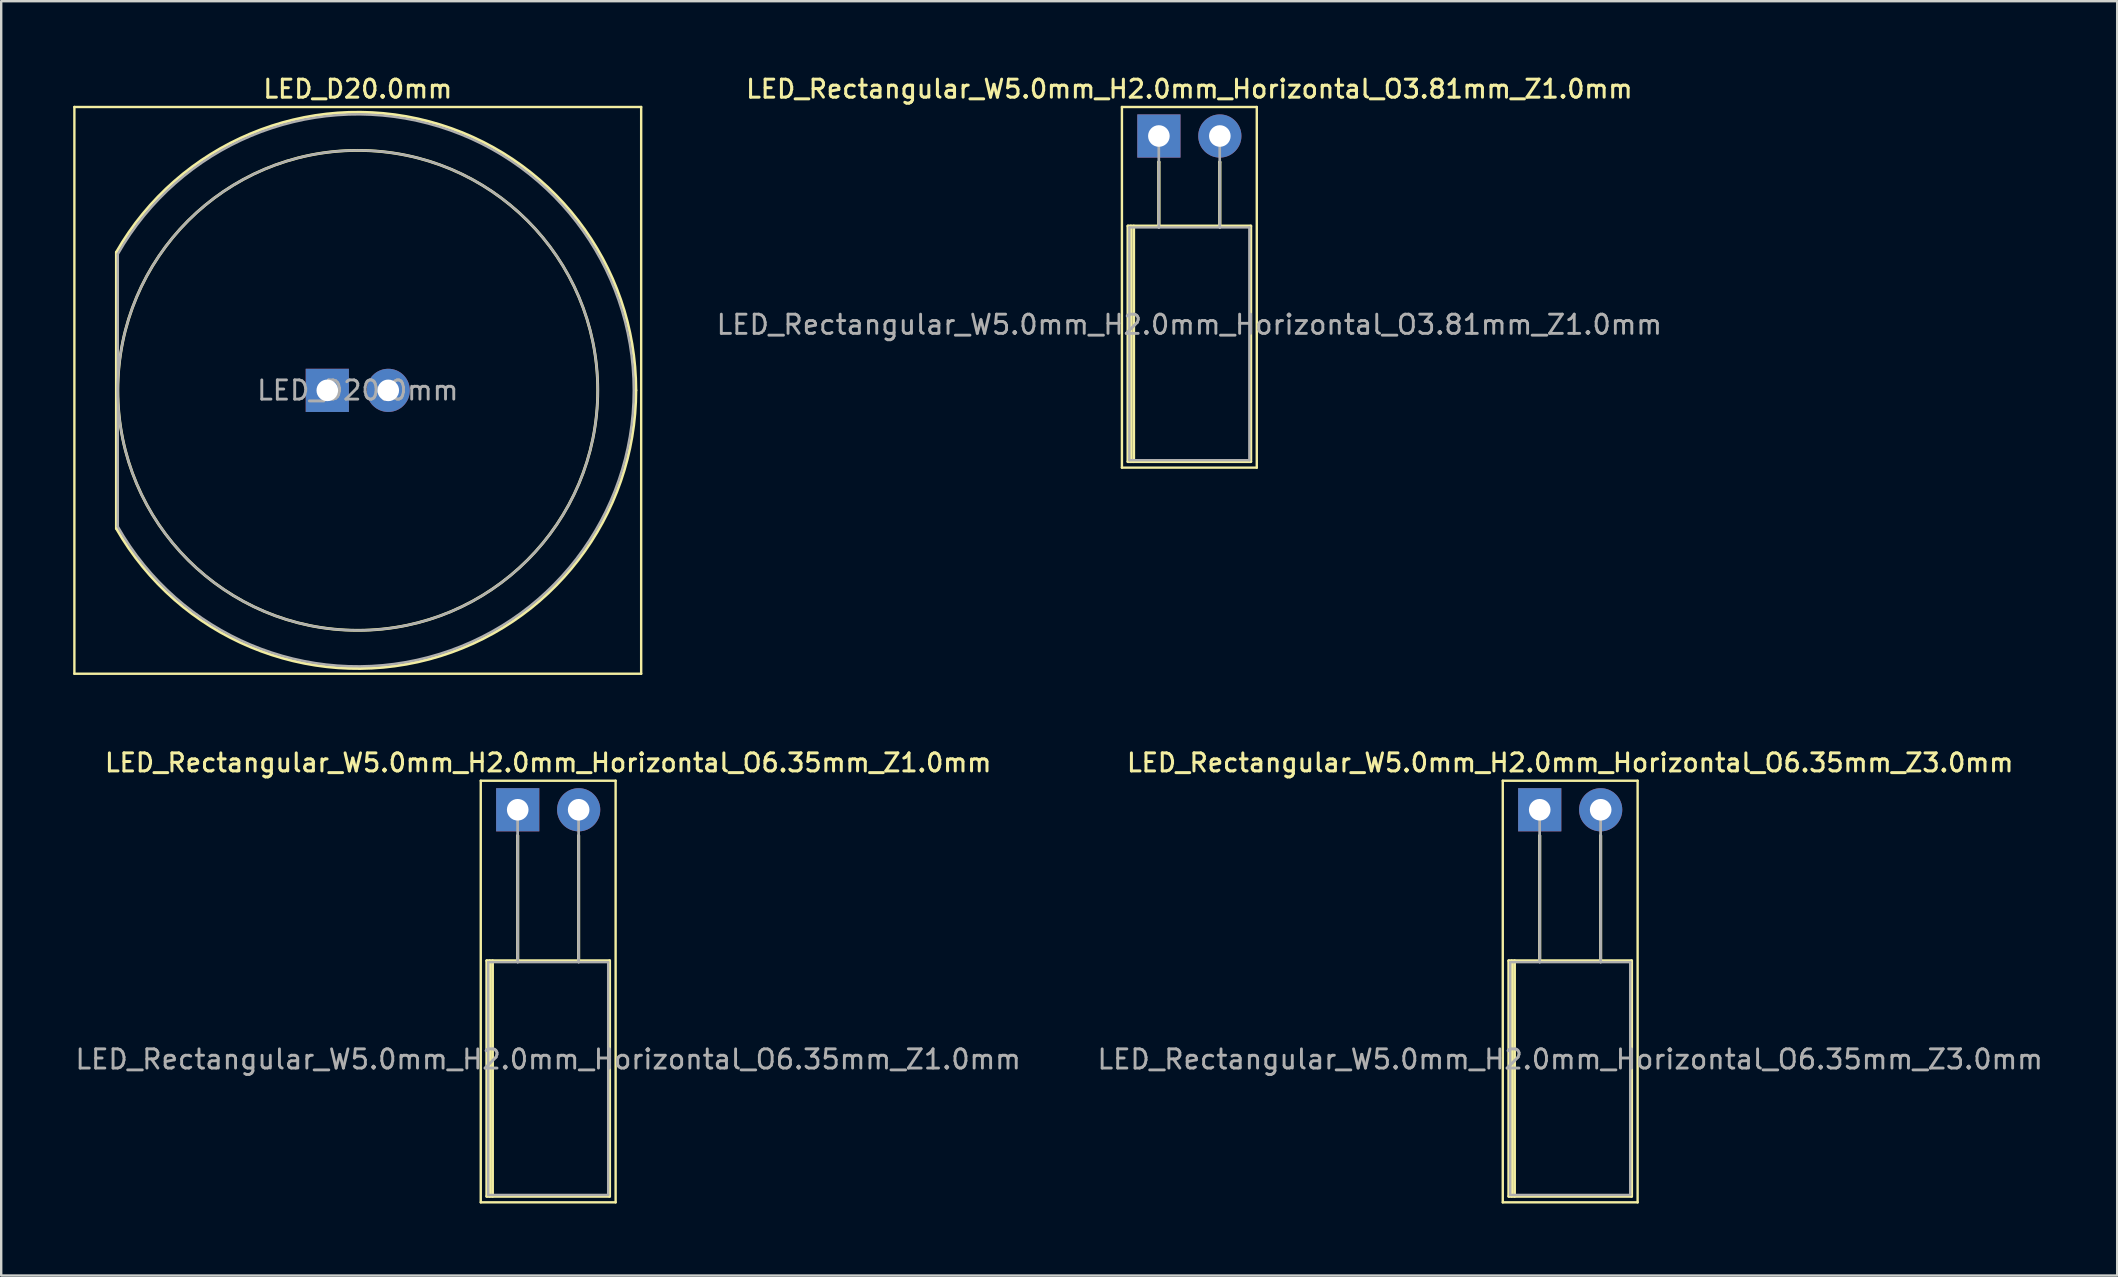
<source format=kicad_pcb>
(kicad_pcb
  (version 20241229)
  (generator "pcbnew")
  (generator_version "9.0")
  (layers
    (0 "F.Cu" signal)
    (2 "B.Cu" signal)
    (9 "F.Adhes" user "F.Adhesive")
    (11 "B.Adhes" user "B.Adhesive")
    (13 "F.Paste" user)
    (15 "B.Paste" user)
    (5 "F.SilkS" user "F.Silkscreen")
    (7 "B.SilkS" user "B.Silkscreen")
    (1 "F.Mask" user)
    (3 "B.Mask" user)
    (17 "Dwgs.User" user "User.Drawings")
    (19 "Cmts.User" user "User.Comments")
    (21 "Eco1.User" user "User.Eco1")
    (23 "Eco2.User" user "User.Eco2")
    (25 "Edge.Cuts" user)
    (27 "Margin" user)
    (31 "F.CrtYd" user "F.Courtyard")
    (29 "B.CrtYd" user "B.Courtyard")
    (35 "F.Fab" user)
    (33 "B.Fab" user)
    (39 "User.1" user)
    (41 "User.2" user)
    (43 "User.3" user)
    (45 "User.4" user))
  (footprint "LED_Rectangular_W5.0mm_H2.0mm_Horizontal_O6.35mm_Z3.0mm"
    (layer "F.Cu")
    (at 61.116 30.696)
    (property "Reference" "LED_Rectangular_W5.0mm_H2.0mm_Horizontal_O6.35mm_Z3.0mm" (at 1.27 -1.96 0) (layer "F.SilkS") (effects (font (size 0.75 0.75) (thickness 0.125))))
    (attr through_hole)
    (fp_line (start -1.54 -1.21) (end -1.54 16.36) (stroke (width 0.1) (type solid)) (layer "F.SilkS"))
    (fp_line (start -1.54 16.36) (end 4.08 16.36) (stroke (width 0.1) (type solid)) (layer "F.SilkS"))
    (fp_line (start -1.29 6.29) (end -1.29 16.11) (stroke (width 0.12) (type solid)) (layer "F.SilkS"))
    (fp_line (start -1.29 16.11) (end 3.83 16.11) (stroke (width 0.12) (type solid)) (layer "F.SilkS"))
    (fp_line (start -1.17 6.29) (end -1.17 16.11) (stroke (width 0.12) (type solid)) (layer "F.SilkS"))
    (fp_line (start -1.05 6.29) (end -1.05 16.11) (stroke (width 0.12) (type solid)) (layer "F.SilkS"))
    (fp_line (start 0 1.08) (end 0 1.08) (stroke (width 0.12) (type solid)) (layer "F.SilkS"))
    (fp_line (start 0 1.08) (end 0 6.29) (stroke (width 0.12) (type solid)) (layer "F.SilkS"))
    (fp_line (start 0 6.29) (end 0 1.08) (stroke (width 0.12) (type solid)) (layer "F.SilkS"))
    (fp_line (start 0 6.29) (end 0 6.29) (stroke (width 0.12) (type solid)) (layer "F.SilkS"))
    (fp_line (start 2.54 1.08) (end 2.54 1.08) (stroke (width 0.12) (type solid)) (layer "F.SilkS"))
    (fp_line (start 2.54 1.08) (end 2.54 6.29) (stroke (width 0.12) (type solid)) (layer "F.SilkS"))
    (fp_line (start 2.54 6.29) (end 2.54 1.08) (stroke (width 0.12) (type solid)) (layer "F.SilkS"))
    (fp_line (start 2.54 6.29) (end 2.54 6.29) (stroke (width 0.12) (type solid)) (layer "F.SilkS"))
    (fp_line (start 3.83 6.29) (end -1.29 6.29) (stroke (width 0.12) (type solid)) (layer "F.SilkS"))
    (fp_line (start 3.83 16.11) (end 3.83 6.29) (stroke (width 0.12) (type solid)) (layer "F.SilkS"))
    (fp_line (start 4.08 -1.21) (end -1.54 -1.21) (stroke (width 0.1) (type solid)) (layer "F.SilkS"))
    (fp_line (start 4.08 16.36) (end 4.08 -1.21) (stroke (width 0.1) (type solid)) (layer "F.SilkS"))
    (fp_line (start -1.23 6.35) (end -1.23 16.05) (stroke (width 0.1) (type solid)) (layer "F.Fab"))
    (fp_line (start -1.23 16.05) (end 3.77 16.05) (stroke (width 0.1) (type solid)) (layer "F.Fab"))
    (fp_line (start 0 0) (end 0 0) (stroke (width 0.1) (type solid)) (layer "F.Fab"))
    (fp_line (start 0 0) (end 0 6.35) (stroke (width 0.1) (type solid)) (layer "F.Fab"))
    (fp_line (start 0 6.35) (end 0 0) (stroke (width 0.1) (type solid)) (layer "F.Fab"))
    (fp_line (start 0 6.35) (end 0 6.35) (stroke (width 0.1) (type solid)) (layer "F.Fab"))
    (fp_line (start 2.54 0) (end 2.54 0) (stroke (width 0.1) (type solid)) (layer "F.Fab"))
    (fp_line (start 2.54 0) (end 2.54 6.35) (stroke (width 0.1) (type solid)) (layer "F.Fab"))
    (fp_line (start 2.54 6.35) (end 2.54 0) (stroke (width 0.1) (type solid)) (layer "F.Fab"))
    (fp_line (start 2.54 6.35) (end 2.54 6.35) (stroke (width 0.1) (type solid)) (layer "F.Fab"))
    (fp_line (start 3.77 6.35) (end -1.23 6.35) (stroke (width 0.1) (type solid)) (layer "F.Fab"))
    (fp_line (start 3.77 16.05) (end 3.77 6.35) (stroke (width 0.1) (type solid)) (layer "F.Fab"))
    (fp_text user "${REFERENCE}" (at 1.27 10.4 0) (layer "F.Fab") (effects (font (size 0.8 0.8) (thickness 0.12))))
    (pad "1" thru_hole rect (at 0 0) (size 1.8 1.8) (drill 0.9) (layers "*.Cu" "*.Mask"))
    (pad "2" thru_hole circle (at 2.54 0) (size 1.8 1.8) (drill 0.9) (layers "*.Cu" "*.Mask")))
  (footprint "LED_D20.0mm"
    (layer "F.Cu")
    (at 10.59 13.218)
    (property "Reference" "LED_D20.0mm" (at 1.27 -12.56 0) (layer "F.SilkS") (effects (font (size 0.75 0.75) (thickness 0.125))))
    (attr through_hole)
    (fp_line (start -10.54 -11.81) (end -10.54 11.81) (stroke (width 0.1) (type solid)) (layer "F.SilkS"))
    (fp_line (start -10.54 11.81) (end 13.08 11.81) (stroke (width 0.1) (type solid)) (layer "F.SilkS"))
    (fp_line (start -8.79 -5.756) (end -8.79 5.756) (stroke (width 0.12) (type solid)) (layer "F.SilkS"))
    (fp_line (start 13.08 -11.81) (end -10.54 -11.81) (stroke (width 0.1) (type solid)) (layer "F.SilkS"))
    (fp_line (start 13.08 11.81) (end 13.08 -11.81) (stroke (width 0.1) (type solid)) (layer "F.SilkS"))
    (fp_arc (start -8.79 -5.755389) (mid 4.247556 -11.200994) (end 12.86 -0.000178) (stroke (width 0.12) (type solid)) (layer "F.SilkS"))
    (fp_arc (start 12.86 0.000178) (mid 4.247556 11.200994) (end -8.79 5.755389) (stroke (width 0.12) (type solid)) (layer "F.SilkS"))
    (fp_circle (center 1.27 0) (end 11.27 0) (stroke (width 0.12) (type solid)) (fill no) (layer "F.SilkS"))
    (fp_line (start -8.73 -5.679) (end -8.73 5.679) (stroke (width 0.1) (type solid)) (layer "F.Fab"))
    (fp_arc (start -8.73 -5.678908) (mid 12.77 -0.000175) (end -8.729827 5.679213) (stroke (width 0.1) (type solid)) (layer "F.Fab"))
    (fp_circle (center 1.27 0) (end 11.27 0) (stroke (width 0.1) (type solid)) (fill no) (layer "F.Fab"))
    (fp_text user "${REFERENCE}" (at 1.27 0 0) (layer "F.Fab") (effects (font (size 0.8 0.8) (thickness 0.12))))
    (pad "1" thru_hole rect (at 0 0) (size 1.8 1.8) (drill 0.9) (layers "*.Cu" "*.Mask"))
    (pad "2" thru_hole circle (at 2.54 0) (size 1.8 1.8) (drill 0.9) (layers "*.Cu" "*.Mask")))
  (footprint "LED_Rectangular_W5.0mm_H2.0mm_Horizontal_O3.81mm_Z1.0mm"
    (layer "F.Cu")
    (at 45.245 2.618)
    (property "Reference" "LED_Rectangular_W5.0mm_H2.0mm_Horizontal_O3.81mm_Z1.0mm" (at 1.27 -1.96 0) (layer "F.SilkS") (effects (font (size 0.75 0.75) (thickness 0.125))))
    (attr through_hole)
    (fp_line (start -1.54 -1.21) (end -1.54 13.82) (stroke (width 0.1) (type solid)) (layer "F.SilkS"))
    (fp_line (start -1.54 13.82) (end 4.08 13.82) (stroke (width 0.1) (type solid)) (layer "F.SilkS"))
    (fp_line (start -1.29 3.75) (end -1.29 13.57) (stroke (width 0.12) (type solid)) (layer "F.SilkS"))
    (fp_line (start -1.29 13.57) (end 3.83 13.57) (stroke (width 0.12) (type solid)) (layer "F.SilkS"))
    (fp_line (start -1.17 3.75) (end -1.17 13.57) (stroke (width 0.12) (type solid)) (layer "F.SilkS"))
    (fp_line (start -1.05 3.75) (end -1.05 13.57) (stroke (width 0.12) (type solid)) (layer "F.SilkS"))
    (fp_line (start 0 1.08) (end 0 1.08) (stroke (width 0.12) (type solid)) (layer "F.SilkS"))
    (fp_line (start 0 1.08) (end 0 3.75) (stroke (width 0.12) (type solid)) (layer "F.SilkS"))
    (fp_line (start 0 3.75) (end 0 1.08) (stroke (width 0.12) (type solid)) (layer "F.SilkS"))
    (fp_line (start 0 3.75) (end 0 3.75) (stroke (width 0.12) (type solid)) (layer "F.SilkS"))
    (fp_line (start 2.54 1.08) (end 2.54 1.08) (stroke (width 0.12) (type solid)) (layer "F.SilkS"))
    (fp_line (start 2.54 1.08) (end 2.54 3.75) (stroke (width 0.12) (type solid)) (layer "F.SilkS"))
    (fp_line (start 2.54 3.75) (end 2.54 1.08) (stroke (width 0.12) (type solid)) (layer "F.SilkS"))
    (fp_line (start 2.54 3.75) (end 2.54 3.75) (stroke (width 0.12) (type solid)) (layer "F.SilkS"))
    (fp_line (start 3.83 3.75) (end -1.29 3.75) (stroke (width 0.12) (type solid)) (layer "F.SilkS"))
    (fp_line (start 3.83 13.57) (end 3.83 3.75) (stroke (width 0.12) (type solid)) (layer "F.SilkS"))
    (fp_line (start 4.08 -1.21) (end -1.54 -1.21) (stroke (width 0.1) (type solid)) (layer "F.SilkS"))
    (fp_line (start 4.08 13.82) (end 4.08 -1.21) (stroke (width 0.1) (type solid)) (layer "F.SilkS"))
    (fp_line (start -1.23 3.81) (end -1.23 13.51) (stroke (width 0.1) (type solid)) (layer "F.Fab"))
    (fp_line (start -1.23 13.51) (end 3.77 13.51) (stroke (width 0.1) (type solid)) (layer "F.Fab"))
    (fp_line (start 0 0) (end 0 0) (stroke (width 0.1) (type solid)) (layer "F.Fab"))
    (fp_line (start 0 0) (end 0 3.81) (stroke (width 0.1) (type solid)) (layer "F.Fab"))
    (fp_line (start 0 3.81) (end 0 0) (stroke (width 0.1) (type solid)) (layer "F.Fab"))
    (fp_line (start 0 3.81) (end 0 3.81) (stroke (width 0.1) (type solid)) (layer "F.Fab"))
    (fp_line (start 2.54 0) (end 2.54 0) (stroke (width 0.1) (type solid)) (layer "F.Fab"))
    (fp_line (start 2.54 0) (end 2.54 3.81) (stroke (width 0.1) (type solid)) (layer "F.Fab"))
    (fp_line (start 2.54 3.81) (end 2.54 0) (stroke (width 0.1) (type solid)) (layer "F.Fab"))
    (fp_line (start 2.54 3.81) (end 2.54 3.81) (stroke (width 0.1) (type solid)) (layer "F.Fab"))
    (fp_line (start 3.77 3.81) (end -1.23 3.81) (stroke (width 0.1) (type solid)) (layer "F.Fab"))
    (fp_line (start 3.77 13.51) (end 3.77 3.81) (stroke (width 0.1) (type solid)) (layer "F.Fab"))
    (fp_text user "${REFERENCE}" (at 1.27 7.86 0) (layer "F.Fab") (effects (font (size 0.8 0.8) (thickness 0.12))))
    (pad "1" thru_hole rect (at 0 0) (size 1.8 1.8) (drill 0.9) (layers "*.Cu" "*.Mask"))
    (pad "2" thru_hole circle (at 2.54 0) (size 1.8 1.8) (drill 0.9) (layers "*.Cu" "*.Mask")))
  (footprint "LED_Rectangular_W5.0mm_H2.0mm_Horizontal_O6.35mm_Z1.0mm"
    (layer "F.Cu")
    (at 18.525 30.696)
    (property "Reference" "LED_Rectangular_W5.0mm_H2.0mm_Horizontal_O6.35mm_Z1.0mm" (at 1.27 -1.96 0) (layer "F.SilkS") (effects (font (size 0.75 0.75) (thickness 0.125))))
    (attr through_hole)
    (fp_line (start -1.54 -1.21) (end -1.54 16.36) (stroke (width 0.1) (type solid)) (layer "F.SilkS"))
    (fp_line (start -1.54 16.36) (end 4.08 16.36) (stroke (width 0.1) (type solid)) (layer "F.SilkS"))
    (fp_line (start -1.29 6.29) (end -1.29 16.11) (stroke (width 0.12) (type solid)) (layer "F.SilkS"))
    (fp_line (start -1.29 16.11) (end 3.83 16.11) (stroke (width 0.12) (type solid)) (layer "F.SilkS"))
    (fp_line (start -1.17 6.29) (end -1.17 16.11) (stroke (width 0.12) (type solid)) (layer "F.SilkS"))
    (fp_line (start -1.05 6.29) (end -1.05 16.11) (stroke (width 0.12) (type solid)) (layer "F.SilkS"))
    (fp_line (start 0 1.08) (end 0 1.08) (stroke (width 0.12) (type solid)) (layer "F.SilkS"))
    (fp_line (start 0 1.08) (end 0 6.29) (stroke (width 0.12) (type solid)) (layer "F.SilkS"))
    (fp_line (start 0 6.29) (end 0 1.08) (stroke (width 0.12) (type solid)) (layer "F.SilkS"))
    (fp_line (start 0 6.29) (end 0 6.29) (stroke (width 0.12) (type solid)) (layer "F.SilkS"))
    (fp_line (start 2.54 1.08) (end 2.54 1.08) (stroke (width 0.12) (type solid)) (layer "F.SilkS"))
    (fp_line (start 2.54 1.08) (end 2.54 6.29) (stroke (width 0.12) (type solid)) (layer "F.SilkS"))
    (fp_line (start 2.54 6.29) (end 2.54 1.08) (stroke (width 0.12) (type solid)) (layer "F.SilkS"))
    (fp_line (start 2.54 6.29) (end 2.54 6.29) (stroke (width 0.12) (type solid)) (layer "F.SilkS"))
    (fp_line (start 3.83 6.29) (end -1.29 6.29) (stroke (width 0.12) (type solid)) (layer "F.SilkS"))
    (fp_line (start 3.83 16.11) (end 3.83 6.29) (stroke (width 0.12) (type solid)) (layer "F.SilkS"))
    (fp_line (start 4.08 -1.21) (end -1.54 -1.21) (stroke (width 0.1) (type solid)) (layer "F.SilkS"))
    (fp_line (start 4.08 16.36) (end 4.08 -1.21) (stroke (width 0.1) (type solid)) (layer "F.SilkS"))
    (fp_line (start -1.23 6.35) (end -1.23 16.05) (stroke (width 0.1) (type solid)) (layer "F.Fab"))
    (fp_line (start -1.23 16.05) (end 3.77 16.05) (stroke (width 0.1) (type solid)) (layer "F.Fab"))
    (fp_line (start 0 0) (end 0 0) (stroke (width 0.1) (type solid)) (layer "F.Fab"))
    (fp_line (start 0 0) (end 0 6.35) (stroke (width 0.1) (type solid)) (layer "F.Fab"))
    (fp_line (start 0 6.35) (end 0 0) (stroke (width 0.1) (type solid)) (layer "F.Fab"))
    (fp_line (start 0 6.35) (end 0 6.35) (stroke (width 0.1) (type solid)) (layer "F.Fab"))
    (fp_line (start 2.54 0) (end 2.54 0) (stroke (width 0.1) (type solid)) (layer "F.Fab"))
    (fp_line (start 2.54 0) (end 2.54 6.35) (stroke (width 0.1) (type solid)) (layer "F.Fab"))
    (fp_line (start 2.54 6.35) (end 2.54 0) (stroke (width 0.1) (type solid)) (layer "F.Fab"))
    (fp_line (start 2.54 6.35) (end 2.54 6.35) (stroke (width 0.1) (type solid)) (layer "F.Fab"))
    (fp_line (start 3.77 6.35) (end -1.23 6.35) (stroke (width 0.1) (type solid)) (layer "F.Fab"))
    (fp_line (start 3.77 16.05) (end 3.77 6.35) (stroke (width 0.1) (type solid)) (layer "F.Fab"))
    (fp_text user "${REFERENCE}" (at 1.27 10.4 0) (layer "F.Fab") (effects (font (size 0.8 0.8) (thickness 0.12))))
    (pad "1" thru_hole rect (at 0 0) (size 1.8 1.8) (drill 0.9) (layers "*.Cu" "*.Mask"))
    (pad "2" thru_hole circle (at 2.54 0) (size 1.8 1.8) (drill 0.9) (layers "*.Cu" "*.Mask")))
  (gr_rect
    (start -3 -3)
    (end 85.181 50.106)
    (stroke (width 0.1) (type default))
    (fill no)
    (layer "Edge.Cuts")))
</source>
